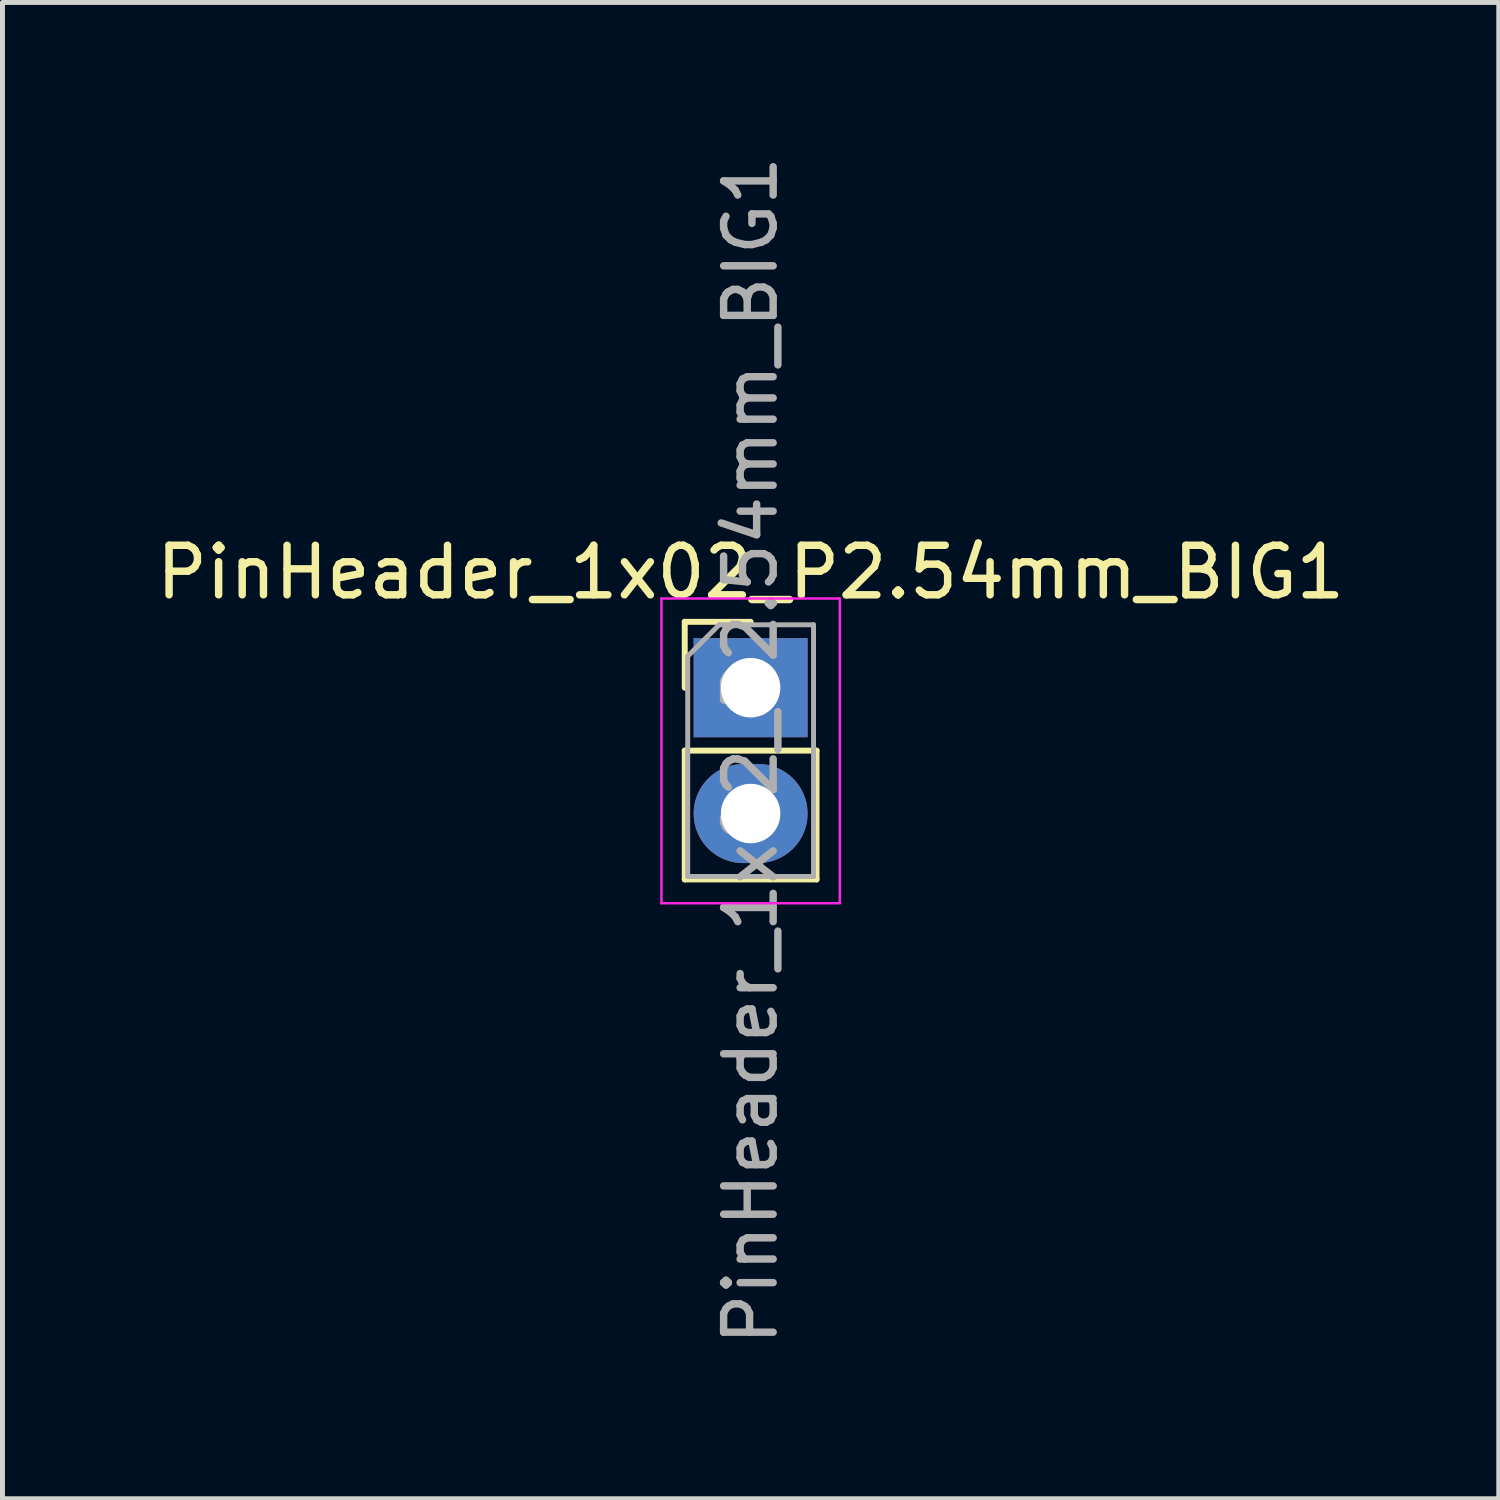
<source format=kicad_pcb>
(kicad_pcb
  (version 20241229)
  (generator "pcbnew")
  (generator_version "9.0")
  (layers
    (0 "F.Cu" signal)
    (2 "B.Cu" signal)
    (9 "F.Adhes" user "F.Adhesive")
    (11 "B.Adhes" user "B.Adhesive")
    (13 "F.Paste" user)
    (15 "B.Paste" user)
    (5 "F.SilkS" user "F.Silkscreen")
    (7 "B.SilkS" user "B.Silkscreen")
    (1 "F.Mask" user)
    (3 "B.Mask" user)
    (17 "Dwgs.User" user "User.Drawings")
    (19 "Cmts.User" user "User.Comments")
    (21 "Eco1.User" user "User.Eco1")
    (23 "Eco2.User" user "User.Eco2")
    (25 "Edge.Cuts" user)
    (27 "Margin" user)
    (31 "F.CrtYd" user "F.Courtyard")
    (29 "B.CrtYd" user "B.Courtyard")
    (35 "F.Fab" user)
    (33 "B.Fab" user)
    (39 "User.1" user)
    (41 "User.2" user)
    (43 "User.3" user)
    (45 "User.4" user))
  (footprint "PinHeader_1x02_P2.54mm_BIG1"
    (layer "F.Cu")
    (at 12.101 10.831)
    (property "Reference" "PinHeader_1x02_P2.54mm_BIG1" (at 0 -2.33 0) (layer "F.SilkS") (effects (font (size 1 1) (thickness 0.15))))
    (attr through_hole)
    (fp_line (start -1.33 -1.33) (end 0 -1.33) (stroke (width 0.12) (type solid)) (layer "F.SilkS"))
    (fp_line (start -1.33 0) (end -1.33 -1.33) (stroke (width 0.12) (type solid)) (layer "F.SilkS"))
    (fp_line (start -1.33 1.27) (end -1.33 3.87) (stroke (width 0.12) (type solid)) (layer "F.SilkS"))
    (fp_line (start -1.33 1.27) (end 1.33 1.27) (stroke (width 0.12) (type solid)) (layer "F.SilkS"))
    (fp_line (start -1.33 3.87) (end 1.33 3.87) (stroke (width 0.12) (type solid)) (layer "F.SilkS"))
    (fp_line (start 1.33 1.27) (end 1.33 3.87) (stroke (width 0.12) (type solid)) (layer "F.SilkS"))
    (fp_line (start -1.8 -1.8) (end -1.8 4.35) (stroke (width 0.05) (type solid)) (layer "F.CrtYd"))
    (fp_line (start -1.8 4.35) (end 1.8 4.35) (stroke (width 0.05) (type solid)) (layer "F.CrtYd"))
    (fp_line (start 1.8 -1.8) (end -1.8 -1.8) (stroke (width 0.05) (type solid)) (layer "F.CrtYd"))
    (fp_line (start 1.8 4.35) (end 1.8 -1.8) (stroke (width 0.05) (type solid)) (layer "F.CrtYd"))
    (fp_line (start -1.27 -0.635) (end -0.635 -1.27) (stroke (width 0.1) (type solid)) (layer "F.Fab"))
    (fp_line (start -1.27 3.81) (end -1.27 -0.635) (stroke (width 0.1) (type solid)) (layer "F.Fab"))
    (fp_line (start -0.635 -1.27) (end 1.27 -1.27) (stroke (width 0.1) (type solid)) (layer "F.Fab"))
    (fp_line (start 1.27 -1.27) (end 1.27 3.81) (stroke (width 0.1) (type solid)) (layer "F.Fab"))
    (fp_line (start 1.27 3.81) (end -1.27 3.81) (stroke (width 0.1) (type solid)) (layer "F.Fab"))
    (fp_text user "${REFERENCE}" (at 0 1.27 90) (layer "F.Fab") (effects (font (size 1 1) (thickness 0.15))))
    (pad "1" thru_hole rect (at 0 0) (size 2.3 2) (drill 1.2) (layers "*.Cu" "*.Mask"))
    (pad "2" thru_hole oval (at 0 2.54) (size 2.3 2) (drill 1.2) (layers "*.Cu" "*.Mask")))
  (gr_rect
    (start -3 -3)
    (end 27.202 27.202)
    (stroke (width 0.1) (type default))
    (fill no)
    (layer "Edge.Cuts")))
</source>
